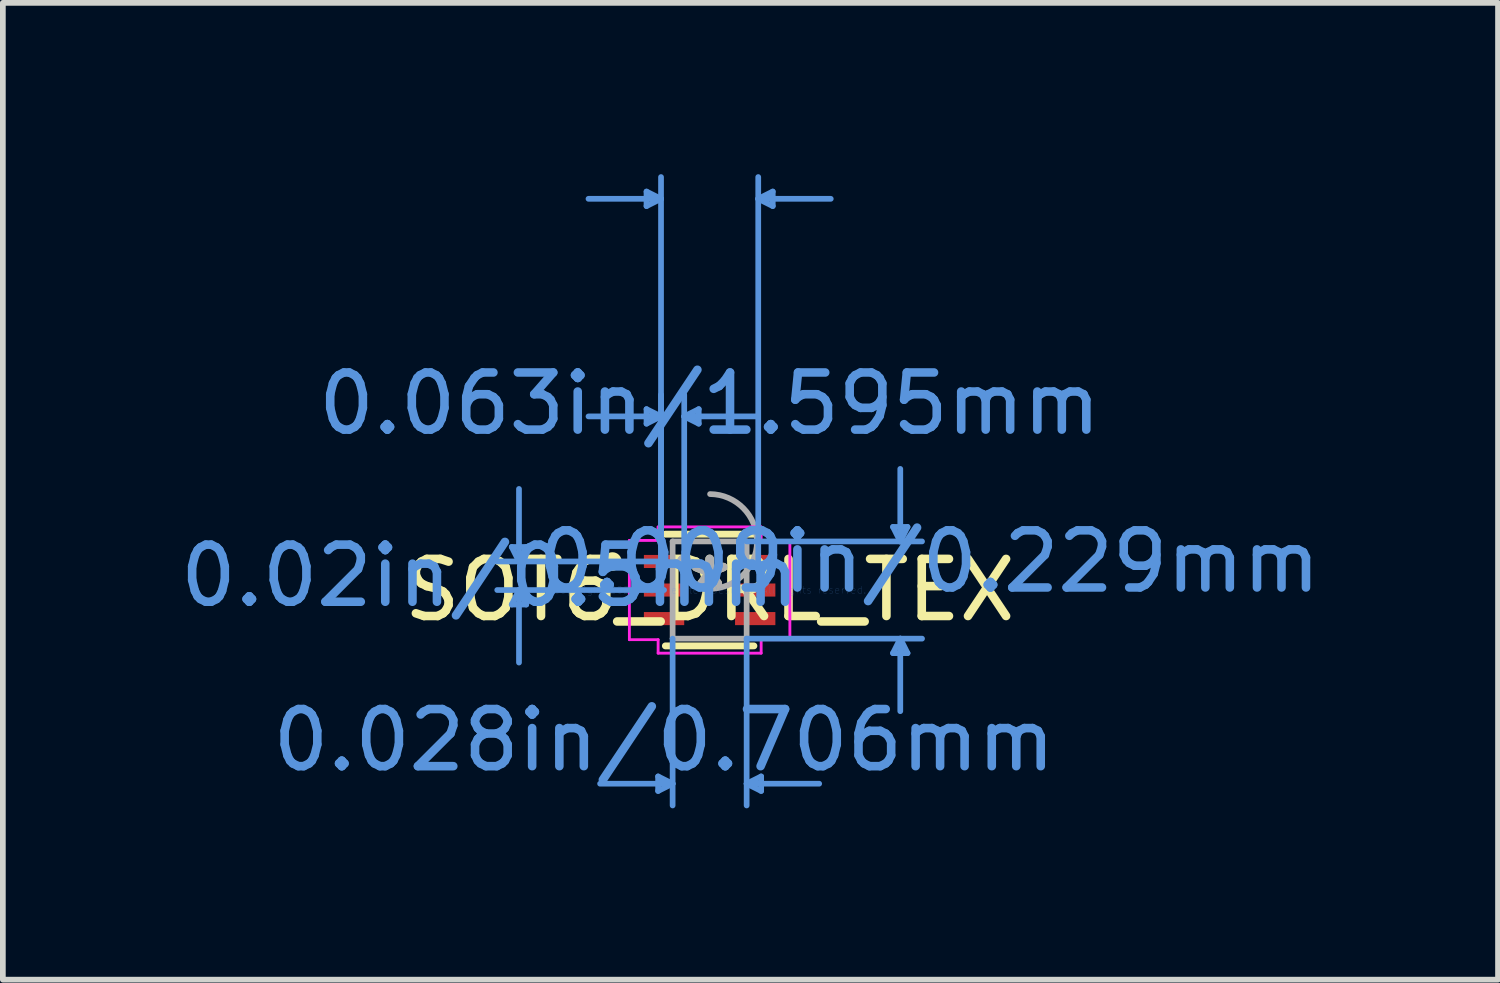
<source format=kicad_pcb>
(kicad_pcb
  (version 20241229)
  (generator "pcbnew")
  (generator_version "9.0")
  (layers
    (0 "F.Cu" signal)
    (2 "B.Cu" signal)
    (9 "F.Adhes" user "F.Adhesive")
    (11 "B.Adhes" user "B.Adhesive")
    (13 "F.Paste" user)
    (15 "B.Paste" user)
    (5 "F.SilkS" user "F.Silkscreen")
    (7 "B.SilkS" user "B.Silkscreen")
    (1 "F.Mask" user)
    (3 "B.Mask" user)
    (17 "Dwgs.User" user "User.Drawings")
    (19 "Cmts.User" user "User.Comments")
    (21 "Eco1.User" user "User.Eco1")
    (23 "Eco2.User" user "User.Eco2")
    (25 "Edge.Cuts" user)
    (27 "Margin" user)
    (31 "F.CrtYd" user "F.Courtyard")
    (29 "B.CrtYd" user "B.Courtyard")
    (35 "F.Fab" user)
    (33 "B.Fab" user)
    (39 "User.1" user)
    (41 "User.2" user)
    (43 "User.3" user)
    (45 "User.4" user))
  (footprint "SOT6_DRL_TEX"
    (layer "F.Cu")
    (at 9.375 7.281)
    (property "Reference" "SOT6_DRL_TEX" (at 0 0 0) (layer "F.SilkS") (effects (font (size 1 1) (thickness 0.15))))
    (attr through_hole)
    (fp_line (start -0.775 0.978) (end 0.775 0.978) (stroke (width 0.12) (type solid)) (layer "F.SilkS"))
    (fp_line (start 0.775 -0.978) (end -0.775 -0.978) (stroke (width 0.12) (type solid)) (layer "F.SilkS"))
    (fp_circle (center -1.702 -0.5) (end -1.6 -0.5) (stroke (width 0.12) (type solid)) (fill no) (layer "F.SilkS"))
    (fp_line (start -3.465 -0.754) (end -3.211 -0.754) (stroke (width 0.1) (type solid)) (layer "Cmts.User"))
    (fp_line (start -3.465 0.254) (end -3.211 0.254) (stroke (width 0.1) (type solid)) (layer "Cmts.User"))
    (fp_line (start -3.338 -0.5) (end -3.465 -0.754) (stroke (width 0.1) (type solid)) (layer "Cmts.User"))
    (fp_line (start -3.338 -0.5) (end -3.338 -1.77) (stroke (width 0.1) (type solid)) (layer "Cmts.User"))
    (fp_line (start -3.338 -0.5) (end -3.211 -0.754) (stroke (width 0.1) (type solid)) (layer "Cmts.User"))
    (fp_line (start -3.338 0) (end -3.465 0.254) (stroke (width 0.1) (type solid)) (layer "Cmts.User"))
    (fp_line (start -3.338 0) (end -3.338 1.27) (stroke (width 0.1) (type solid)) (layer "Cmts.User"))
    (fp_line (start -3.338 0) (end -3.211 0.254) (stroke (width 0.1) (type solid)) (layer "Cmts.User"))
    (fp_line (start -1.105 -6.977) (end -1.105 -6.723) (stroke (width 0.1) (type solid)) (layer "Cmts.User"))
    (fp_line (start -1.105 -3.167) (end -1.105 -2.913) (stroke (width 0.1) (type solid)) (layer "Cmts.User"))
    (fp_line (start -0.902 3.264) (end -0.902 3.518) (stroke (width 0.1) (type solid)) (layer "Cmts.User"))
    (fp_line (start -0.851 -6.85) (end -2.121 -6.85) (stroke (width 0.1) (type solid)) (layer "Cmts.User"))
    (fp_line (start -0.851 -6.85) (end -1.105 -6.977) (stroke (width 0.1) (type solid)) (layer "Cmts.User"))
    (fp_line (start -0.851 -6.85) (end -1.105 -6.723) (stroke (width 0.1) (type solid)) (layer "Cmts.User"))
    (fp_line (start -0.851 -3.04) (end -2.121 -3.04) (stroke (width 0.1) (type solid)) (layer "Cmts.User"))
    (fp_line (start -0.851 -3.04) (end -1.105 -3.167) (stroke (width 0.1) (type solid)) (layer "Cmts.User"))
    (fp_line (start -0.851 -3.04) (end -1.105 -2.913) (stroke (width 0.1) (type solid)) (layer "Cmts.User"))
    (fp_line (start -0.851 -0.5) (end -0.851 -7.231) (stroke (width 0.1) (type solid)) (layer "Cmts.User"))
    (fp_line (start -0.851 -0.5) (end -0.851 -3.421) (stroke (width 0.1) (type solid)) (layer "Cmts.User"))
    (fp_line (start -0.798 -0.5) (end -3.719 -0.5) (stroke (width 0.1) (type solid)) (layer "Cmts.User"))
    (fp_line (start -0.798 0) (end -3.719 0) (stroke (width 0.1) (type solid)) (layer "Cmts.User"))
    (fp_line (start -0.648 0.851) (end -0.648 3.772) (stroke (width 0.1) (type solid)) (layer "Cmts.User"))
    (fp_line (start -0.648 3.391) (end -1.918 3.391) (stroke (width 0.1) (type solid)) (layer "Cmts.User"))
    (fp_line (start -0.648 3.391) (end -0.902 3.264) (stroke (width 0.1) (type solid)) (layer "Cmts.User"))
    (fp_line (start -0.648 3.391) (end -0.902 3.518) (stroke (width 0.1) (type solid)) (layer "Cmts.User"))
    (fp_line (start -0.445 -3.04) (end -0.191 -3.167) (stroke (width 0.1) (type solid)) (layer "Cmts.User"))
    (fp_line (start -0.445 -3.04) (end -0.191 -2.913) (stroke (width 0.1) (type solid)) (layer "Cmts.User"))
    (fp_line (start -0.445 -3.04) (end 0.826 -3.04) (stroke (width 0.1) (type solid)) (layer "Cmts.User"))
    (fp_line (start -0.445 -0.5) (end -0.445 -3.421) (stroke (width 0.1) (type solid)) (layer "Cmts.User"))
    (fp_line (start -0.191 -3.167) (end -0.191 -2.913) (stroke (width 0.1) (type solid)) (layer "Cmts.User"))
    (fp_line (start 0.648 -0.851) (end 3.719 -0.851) (stroke (width 0.1) (type solid)) (layer "Cmts.User"))
    (fp_line (start 0.648 0.851) (end 0.648 3.772) (stroke (width 0.1) (type solid)) (layer "Cmts.User"))
    (fp_line (start 0.648 0.851) (end 3.719 0.851) (stroke (width 0.1) (type solid)) (layer "Cmts.User"))
    (fp_line (start 0.648 3.391) (end 0.902 3.264) (stroke (width 0.1) (type solid)) (layer "Cmts.User"))
    (fp_line (start 0.648 3.391) (end 0.902 3.518) (stroke (width 0.1) (type solid)) (layer "Cmts.User"))
    (fp_line (start 0.648 3.391) (end 1.918 3.391) (stroke (width 0.1) (type solid)) (layer "Cmts.User"))
    (fp_line (start 0.851 -6.85) (end 1.105 -6.977) (stroke (width 0.1) (type solid)) (layer "Cmts.User"))
    (fp_line (start 0.851 -6.85) (end 1.105 -6.723) (stroke (width 0.1) (type solid)) (layer "Cmts.User"))
    (fp_line (start 0.851 -6.85) (end 2.121 -6.85) (stroke (width 0.1) (type solid)) (layer "Cmts.User"))
    (fp_line (start 0.851 -0.5) (end 0.851 -7.231) (stroke (width 0.1) (type solid)) (layer "Cmts.User"))
    (fp_line (start 0.902 3.264) (end 0.902 3.518) (stroke (width 0.1) (type solid)) (layer "Cmts.User"))
    (fp_line (start 1.105 -6.977) (end 1.105 -6.723) (stroke (width 0.1) (type solid)) (layer "Cmts.User"))
    (fp_line (start 3.211 -1.105) (end 3.465 -1.105) (stroke (width 0.1) (type solid)) (layer "Cmts.User"))
    (fp_line (start 3.211 1.105) (end 3.465 1.105) (stroke (width 0.1) (type solid)) (layer "Cmts.User"))
    (fp_line (start 3.338 -0.851) (end 3.211 -1.105) (stroke (width 0.1) (type solid)) (layer "Cmts.User"))
    (fp_line (start 3.338 -0.851) (end 3.338 -2.121) (stroke (width 0.1) (type solid)) (layer "Cmts.User"))
    (fp_line (start 3.338 -0.851) (end 3.465 -1.105) (stroke (width 0.1) (type solid)) (layer "Cmts.User"))
    (fp_line (start 3.338 0.851) (end 3.211 1.105) (stroke (width 0.1) (type solid)) (layer "Cmts.User"))
    (fp_line (start 3.338 0.851) (end 3.338 2.121) (stroke (width 0.1) (type solid)) (layer "Cmts.User"))
    (fp_line (start 3.338 0.851) (end 3.465 1.105) (stroke (width 0.1) (type solid)) (layer "Cmts.User"))
    (fp_line (start -1.405 -0.869) (end -0.902 -0.869) (stroke (width 0.05) (type solid)) (layer "F.CrtYd"))
    (fp_line (start -1.405 0.869) (end -1.405 -0.869) (stroke (width 0.05) (type solid)) (layer "F.CrtYd"))
    (fp_line (start -1.405 0.869) (end -0.902 0.869) (stroke (width 0.05) (type solid)) (layer "F.CrtYd"))
    (fp_line (start -0.902 -1.105) (end 0.902 -1.105) (stroke (width 0.05) (type solid)) (layer "F.CrtYd"))
    (fp_line (start -0.902 -0.869) (end -0.902 -1.105) (stroke (width 0.05) (type solid)) (layer "F.CrtYd"))
    (fp_line (start -0.902 1.105) (end -0.902 0.869) (stroke (width 0.05) (type solid)) (layer "F.CrtYd"))
    (fp_line (start 0.902 -1.105) (end 0.902 -0.869) (stroke (width 0.05) (type solid)) (layer "F.CrtYd"))
    (fp_line (start 0.902 -0.869) (end 1.405 -0.869) (stroke (width 0.05) (type solid)) (layer "F.CrtYd"))
    (fp_line (start 0.902 0.869) (end 0.902 1.105) (stroke (width 0.05) (type solid)) (layer "F.CrtYd"))
    (fp_line (start 0.902 1.105) (end -0.902 1.105) (stroke (width 0.05) (type solid)) (layer "F.CrtYd"))
    (fp_line (start 1.405 -0.869) (end 1.405 0.869) (stroke (width 0.05) (type solid)) (layer "F.CrtYd"))
    (fp_line (start 1.405 0.869) (end 0.902 0.869) (stroke (width 0.05) (type solid)) (layer "F.CrtYd"))
    (fp_line (start -0.648 -0.851) (end -0.648 0.851) (stroke (width 0.1) (type solid)) (layer "F.Fab"))
    (fp_line (start -0.648 0.851) (end 0.648 0.851) (stroke (width 0.1) (type solid)) (layer "F.Fab"))
    (fp_line (start 0.648 -0.851) (end -0.648 -0.851) (stroke (width 0.1) (type solid)) (layer "F.Fab"))
    (fp_line (start 0.648 0.851) (end 0.648 -0.851) (stroke (width 0.1) (type solid)) (layer "F.Fab"))
    (fp_arc (start 0.007742 -1.680187) (mid 0.829287 -0.843158) (end -0.007742 -0.021613) (stroke (width 0.1) (type solid)) (layer "F.Fab"))
    (fp_circle (center -0.445 -0.5) (end -0.368 -0.5) (stroke (width 0.1) (type solid)) (fill no) (layer "F.Fab"))
    (fp_text user "*" (at 0 0 0) (layer "F.SilkS") (effects (font (size 1 1) (thickness 0.15))))
    (fp_text user "Copyright 2021 Accelerated Designs. All rights reserved." (at 0 0 0) (layer "Cmts.User") (effects (font (size 0.127 0.127) (thickness 0.002))))
    (fp_text user "0.009in/0.229mm" (at 3.846 -0.5 0) (layer "Cmts.User") (effects (font (size 1 1) (thickness 0.15))))
    (fp_text user "0.028in/0.706mm" (at -0.798 2.629 0) (layer "Cmts.User") (effects (font (size 1 1) (thickness 0.15))))
    (fp_text user "0.063in/1.595mm" (at 0 -3.264 0) (layer "Cmts.User") (effects (font (size 1 1) (thickness 0.15))))
    (fp_text user "0.02in/0.5mm" (at -3.846 -0.25 0) (layer "Cmts.User") (effects (font (size 1 1) (thickness 0.15))))
    (fp_text user "*" (at 0 0 0) (layer "F.Fab") (effects (font (size 1 1) (thickness 0.15))))
    (pad "1" smd rect (at -0.798 -0.5) (size 0.706 0.229) (layers "F.Cu" "F.Mask" "F.Paste"))
    (pad "2" smd rect (at -0.798 0) (size 0.706 0.229) (layers "F.Cu" "F.Mask" "F.Paste"))
    (pad "3" smd rect (at -0.798 0.5) (size 0.706 0.229) (layers "F.Cu" "F.Mask" "F.Paste"))
    (pad "4" smd rect (at 0.798 0.5) (size 0.706 0.229) (layers "F.Cu" "F.Mask" "F.Paste"))
    (pad "5" smd rect (at 0.798 0) (size 0.706 0.229) (layers "F.Cu" "F.Mask" "F.Paste"))
    (pad "6" smd rect (at 0.798 -0.5) (size 0.706 0.229) (layers "F.Cu" "F.Mask" "F.Paste")))
  (gr_rect
    (start -3 -3)
    (end 23.179 14.103)
    (stroke (width 0.1) (type default))
    (fill no)
    (layer "Edge.Cuts")))
</source>
